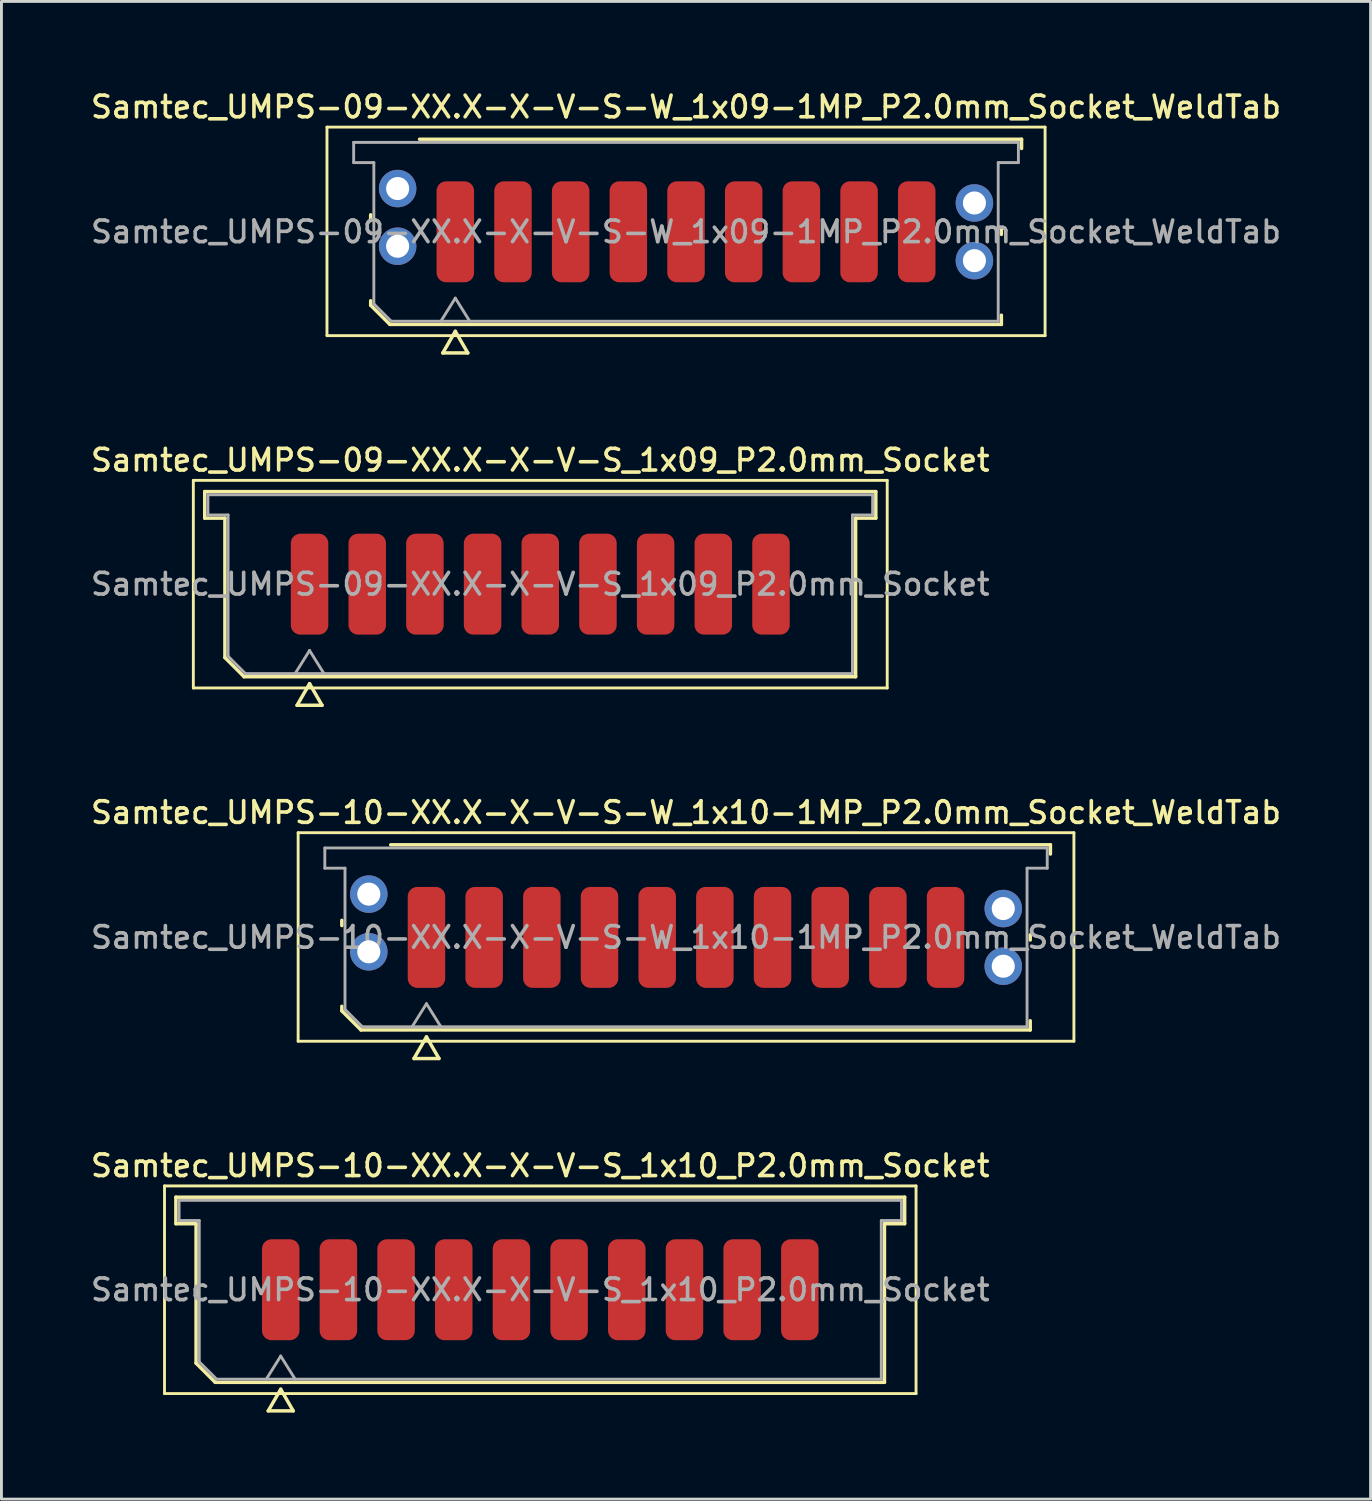
<source format=kicad_pcb>
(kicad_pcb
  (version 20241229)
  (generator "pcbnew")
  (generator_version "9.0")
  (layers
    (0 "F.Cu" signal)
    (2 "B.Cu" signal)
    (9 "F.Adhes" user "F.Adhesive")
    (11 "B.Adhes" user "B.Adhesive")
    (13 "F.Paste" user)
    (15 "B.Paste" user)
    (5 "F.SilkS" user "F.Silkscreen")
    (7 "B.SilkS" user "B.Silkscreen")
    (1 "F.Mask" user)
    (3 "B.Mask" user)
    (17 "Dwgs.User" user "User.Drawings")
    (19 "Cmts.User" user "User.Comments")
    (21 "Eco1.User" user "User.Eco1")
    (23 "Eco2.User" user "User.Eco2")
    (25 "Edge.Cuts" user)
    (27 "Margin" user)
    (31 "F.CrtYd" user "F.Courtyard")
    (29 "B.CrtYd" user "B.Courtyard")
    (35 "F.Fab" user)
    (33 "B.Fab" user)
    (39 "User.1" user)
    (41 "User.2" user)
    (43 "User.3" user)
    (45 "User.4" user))
  (footprint "Samtec_UMPS-09-XX.X-X-V-S_1x09_P2.0mm_Socket"
    (layer "F.Cu")
    (at 15.684 17.206)
    (property "Reference" "Samtec_UMPS-09-XX.X-X-V-S_1x09_P2.0mm_Socket" (at 0 -4.3 0) (layer "F.SilkS") (effects (font (size 0.75 0.75) (thickness 0.125))))
    (attr smd)
    (fp_line (start -12.03 -3.6) (end -12.03 3.6) (stroke (width 0.1) (type solid)) (layer "F.SilkS"))
    (fp_line (start -12.03 3.6) (end 12.03 3.6) (stroke (width 0.1) (type solid)) (layer "F.SilkS"))
    (fp_line (start -11.635 -3.21) (end 11.635 -3.21) (stroke (width 0.12) (type solid)) (layer "F.SilkS"))
    (fp_line (start -11.635 -2.29) (end -11.635 -3.21) (stroke (width 0.12) (type solid)) (layer "F.SilkS"))
    (fp_line (start -10.935 -2.29) (end -11.635 -2.29) (stroke (width 0.12) (type solid)) (layer "F.SilkS"))
    (fp_line (start -10.935 2.546) (end -10.935 -2.29) (stroke (width 0.12) (type solid)) (layer "F.SilkS"))
    (fp_line (start -10.271 3.21) (end -10.935 2.546) (stroke (width 0.12) (type solid)) (layer "F.SilkS"))
    (fp_line (start -8.433 4.2) (end -8 3.45) (stroke (width 0.12) (type solid)) (layer "F.SilkS"))
    (fp_line (start -8 3.45) (end -7.567 4.2) (stroke (width 0.12) (type solid)) (layer "F.SilkS"))
    (fp_line (start -7.567 4.2) (end -8.433 4.2) (stroke (width 0.12) (type solid)) (layer "F.SilkS"))
    (fp_line (start 10.935 -2.29) (end 10.935 3.21) (stroke (width 0.12) (type solid)) (layer "F.SilkS"))
    (fp_line (start 10.935 3.21) (end -10.271 3.21) (stroke (width 0.12) (type solid)) (layer "F.SilkS"))
    (fp_line (start 11.635 -3.21) (end 11.635 -2.29) (stroke (width 0.12) (type solid)) (layer "F.SilkS"))
    (fp_line (start 11.635 -2.29) (end 10.935 -2.29) (stroke (width 0.12) (type solid)) (layer "F.SilkS"))
    (fp_line (start 12.03 -3.6) (end -12.03 -3.6) (stroke (width 0.1) (type solid)) (layer "F.SilkS"))
    (fp_line (start 12.03 3.6) (end 12.03 -3.6) (stroke (width 0.1) (type solid)) (layer "F.SilkS"))
    (fp_line (start -11.525 -3.1) (end 11.525 -3.1) (stroke (width 0.1) (type solid)) (layer "F.Fab"))
    (fp_line (start -11.525 -2.4) (end -11.525 -3.1) (stroke (width 0.1) (type solid)) (layer "F.Fab"))
    (fp_line (start -10.825 -2.4) (end -11.525 -2.4) (stroke (width 0.1) (type solid)) (layer "F.Fab"))
    (fp_line (start -10.825 2.5) (end -10.825 -2.4) (stroke (width 0.1) (type solid)) (layer "F.Fab"))
    (fp_line (start -10.225 3.1) (end -10.825 2.5) (stroke (width 0.1) (type solid)) (layer "F.Fab"))
    (fp_line (start -8.5 3.1) (end -8 2.3) (stroke (width 0.1) (type solid)) (layer "F.Fab"))
    (fp_line (start -8 2.3) (end -7.5 3.1) (stroke (width 0.1) (type solid)) (layer "F.Fab"))
    (fp_line (start 10.825 -2.4) (end 10.825 3.1) (stroke (width 0.1) (type solid)) (layer "F.Fab"))
    (fp_line (start 10.825 3.1) (end -10.225 3.1) (stroke (width 0.1) (type solid)) (layer "F.Fab"))
    (fp_line (start 11.525 -3.1) (end 11.525 -2.4) (stroke (width 0.1) (type solid)) (layer "F.Fab"))
    (fp_line (start 11.525 -2.4) (end 10.825 -2.4) (stroke (width 0.1) (type solid)) (layer "F.Fab"))
    (fp_text user "${REFERENCE}" (at 0 0 0) (layer "F.Fab") (effects (font (size 0.75 0.75) (thickness 0.125))))
    (pad "1" smd roundrect (at -8 0) (size 1.3 3.5) (layers "F.Cu" "F.Mask" "F.Paste") (roundrect_rratio 0.25))
    (pad "2" smd roundrect (at -6 0) (size 1.3 3.5) (layers "F.Cu" "F.Mask" "F.Paste") (roundrect_rratio 0.25))
    (pad "3" smd roundrect (at -4 0) (size 1.3 3.5) (layers "F.Cu" "F.Mask" "F.Paste") (roundrect_rratio 0.25))
    (pad "4" smd roundrect (at -2 0) (size 1.3 3.5) (layers "F.Cu" "F.Mask" "F.Paste") (roundrect_rratio 0.25))
    (pad "5" smd roundrect (at 0 0) (size 1.3 3.5) (layers "F.Cu" "F.Mask" "F.Paste") (roundrect_rratio 0.25))
    (pad "6" smd roundrect (at 2 0) (size 1.3 3.5) (layers "F.Cu" "F.Mask" "F.Paste") (roundrect_rratio 0.25))
    (pad "7" smd roundrect (at 4 0) (size 1.3 3.5) (layers "F.Cu" "F.Mask" "F.Paste") (roundrect_rratio 0.25))
    (pad "8" smd roundrect (at 6 0) (size 1.3 3.5) (layers "F.Cu" "F.Mask" "F.Paste") (roundrect_rratio 0.25))
    (pad "9" smd roundrect (at 8 0) (size 1.3 3.5) (layers "F.Cu" "F.Mask" "F.Paste") (roundrect_rratio 0.25)))
  (footprint "Samtec_UMPS-10-XX.X-X-V-S-W_1x10-1MP_P2.0mm_Socket_WeldTab"
    (layer "F.Cu")
    (at 20.738 29.454)
    (property "Reference" "Samtec_UMPS-10-XX.X-X-V-S-W_1x10-1MP_P2.0mm_Socket_WeldTab" (at 0 -4.33 0) (layer "F.SilkS") (effects (font (size 0.75 0.75) (thickness 0.125))))
    (attr smd)
    (fp_line (start -13.45 -3.63) (end -13.45 3.6) (stroke (width 0.1) (type solid)) (layer "F.SilkS"))
    (fp_line (start -13.45 3.6) (end 13.45 3.6) (stroke (width 0.1) (type solid)) (layer "F.SilkS"))
    (fp_line (start -11.935 -0.41) (end -11.935 -0.59) (stroke (width 0.12) (type solid)) (layer "F.SilkS"))
    (fp_line (start -11.935 2.546) (end -11.935 2.39) (stroke (width 0.12) (type solid)) (layer "F.SilkS"))
    (fp_line (start -11.271 3.21) (end -11.935 2.546) (stroke (width 0.12) (type solid)) (layer "F.SilkS"))
    (fp_line (start -10.24 -3.21) (end 12.635 -3.21) (stroke (width 0.12) (type solid)) (layer "F.SilkS"))
    (fp_line (start -9.433 4.2) (end -9 3.45) (stroke (width 0.12) (type solid)) (layer "F.SilkS"))
    (fp_line (start -9 3.45) (end -8.567 4.2) (stroke (width 0.12) (type solid)) (layer "F.SilkS"))
    (fp_line (start -8.567 4.2) (end -9.433 4.2) (stroke (width 0.12) (type solid)) (layer "F.SilkS"))
    (fp_line (start 11.935 -0.09) (end 11.935 0.09) (stroke (width 0.12) (type solid)) (layer "F.SilkS"))
    (fp_line (start 11.935 2.89) (end 11.935 3.21) (stroke (width 0.12) (type solid)) (layer "F.SilkS"))
    (fp_line (start 11.935 3.21) (end -11.271 3.21) (stroke (width 0.12) (type solid)) (layer "F.SilkS"))
    (fp_line (start 12.635 -3.21) (end 12.635 -2.89) (stroke (width 0.12) (type solid)) (layer "F.SilkS"))
    (fp_line (start 13.45 -3.63) (end -13.45 -3.63) (stroke (width 0.1) (type solid)) (layer "F.SilkS"))
    (fp_line (start 13.45 3.6) (end 13.45 -3.63) (stroke (width 0.1) (type solid)) (layer "F.SilkS"))
    (fp_line (start -12.525 -3.1) (end 12.525 -3.1) (stroke (width 0.1) (type solid)) (layer "F.Fab"))
    (fp_line (start -12.525 -2.4) (end -12.525 -3.1) (stroke (width 0.1) (type solid)) (layer "F.Fab"))
    (fp_line (start -11.825 -2.4) (end -12.525 -2.4) (stroke (width 0.1) (type solid)) (layer "F.Fab"))
    (fp_line (start -11.825 2.5) (end -11.825 -2.4) (stroke (width 0.1) (type solid)) (layer "F.Fab"))
    (fp_line (start -11.225 3.1) (end -11.825 2.5) (stroke (width 0.1) (type solid)) (layer "F.Fab"))
    (fp_line (start -9.5 3.1) (end -9 2.3) (stroke (width 0.1) (type solid)) (layer "F.Fab"))
    (fp_line (start -9 2.3) (end -8.5 3.1) (stroke (width 0.1) (type solid)) (layer "F.Fab"))
    (fp_line (start 11.825 -2.4) (end 11.825 3.1) (stroke (width 0.1) (type solid)) (layer "F.Fab"))
    (fp_line (start 11.825 3.1) (end -11.225 3.1) (stroke (width 0.1) (type solid)) (layer "F.Fab"))
    (fp_line (start 12.525 -3.1) (end 12.525 -2.4) (stroke (width 0.1) (type solid)) (layer "F.Fab"))
    (fp_line (start 12.525 -2.4) (end 11.825 -2.4) (stroke (width 0.1) (type solid)) (layer "F.Fab"))
    (fp_text user "${REFERENCE}" (at 0 0 0) (layer "F.Fab") (effects (font (size 0.75 0.75) (thickness 0.125))))
    (pad "" smd rect (at -11.725 -1.99) (size 2.45 2.28) (layers "F.Paste"))
    (pad "" smd rect (at -11.725 0.99) (size 2.45 2.28) (layers "F.Paste"))
    (pad "" smd rect (at 11.725 -1.49) (size 2.45 2.28) (layers "F.Paste"))
    (pad "" smd rect (at 11.725 1.49) (size 2.45 2.28) (layers "F.Paste"))
    (pad "1" smd roundrect (at -9 0) (size 1.3 3.5) (layers "F.Cu" "F.Mask" "F.Paste") (roundrect_rratio 0.25))
    (pad "2" smd roundrect (at -7 0) (size 1.3 3.5) (layers "F.Cu" "F.Mask" "F.Paste") (roundrect_rratio 0.25))
    (pad "3" smd roundrect (at -5 0) (size 1.3 3.5) (layers "F.Cu" "F.Mask" "F.Paste") (roundrect_rratio 0.25))
    (pad "4" smd roundrect (at -3 0) (size 1.3 3.5) (layers "F.Cu" "F.Mask" "F.Paste") (roundrect_rratio 0.25))
    (pad "5" smd roundrect (at -1 0) (size 1.3 3.5) (layers "F.Cu" "F.Mask" "F.Paste") (roundrect_rratio 0.25))
    (pad "6" smd roundrect (at 1 0) (size 1.3 3.5) (layers "F.Cu" "F.Mask" "F.Paste") (roundrect_rratio 0.25))
    (pad "7" smd roundrect (at 3 0) (size 1.3 3.5) (layers "F.Cu" "F.Mask" "F.Paste") (roundrect_rratio 0.25))
    (pad "8" smd roundrect (at 5 0) (size 1.3 3.5) (layers "F.Cu" "F.Mask" "F.Paste") (roundrect_rratio 0.25))
    (pad "9" smd roundrect (at 7 0) (size 1.3 3.5) (layers "F.Cu" "F.Mask" "F.Paste") (roundrect_rratio 0.25))
    (pad "10" smd roundrect (at 9 0) (size 1.3 3.5) (layers "F.Cu" "F.Mask" "F.Paste") (roundrect_rratio 0.25))
    (pad "MP" thru_hole circle (at -11 -1.5) (size 1.3 1.3) (drill 0.8) (layers "*.Cu" "*.Mask"))
    (pad "MP" thru_hole circle (at -11 0.5) (size 1.3 1.3) (drill 0.8) (layers "*.Cu" "*.Mask"))
    (pad "MP" thru_hole circle (at 11 -1) (size 1.3 1.3) (drill 0.8) (layers "*.Cu" "*.Mask"))
    (pad "MP" thru_hole circle (at 11 1) (size 1.3 1.3) (drill 0.8) (layers "*.Cu" "*.Mask")))
  (footprint "Samtec_UMPS-09-XX.X-X-V-S-W_1x09-1MP_P2.0mm_Socket_WeldTab"
    (layer "F.Cu")
    (at 20.738 4.988)
    (property "Reference" "Samtec_UMPS-09-XX.X-X-V-S-W_1x09-1MP_P2.0mm_Socket_WeldTab" (at 0 -4.33 0) (layer "F.SilkS") (effects (font (size 0.75 0.75) (thickness 0.125))))
    (attr smd)
    (fp_line (start -12.45 -3.63) (end -12.45 3.6) (stroke (width 0.1) (type solid)) (layer "F.SilkS"))
    (fp_line (start -12.45 3.6) (end 12.45 3.6) (stroke (width 0.1) (type solid)) (layer "F.SilkS"))
    (fp_line (start -10.935 -0.41) (end -10.935 -0.59) (stroke (width 0.12) (type solid)) (layer "F.SilkS"))
    (fp_line (start -10.935 2.546) (end -10.935 2.39) (stroke (width 0.12) (type solid)) (layer "F.SilkS"))
    (fp_line (start -10.271 3.21) (end -10.935 2.546) (stroke (width 0.12) (type solid)) (layer "F.SilkS"))
    (fp_line (start -9.24 -3.21) (end 11.635 -3.21) (stroke (width 0.12) (type solid)) (layer "F.SilkS"))
    (fp_line (start -8.433 4.2) (end -8 3.45) (stroke (width 0.12) (type solid)) (layer "F.SilkS"))
    (fp_line (start -8 3.45) (end -7.567 4.2) (stroke (width 0.12) (type solid)) (layer "F.SilkS"))
    (fp_line (start -7.567 4.2) (end -8.433 4.2) (stroke (width 0.12) (type solid)) (layer "F.SilkS"))
    (fp_line (start 10.935 -0.09) (end 10.935 0.09) (stroke (width 0.12) (type solid)) (layer "F.SilkS"))
    (fp_line (start 10.935 2.89) (end 10.935 3.21) (stroke (width 0.12) (type solid)) (layer "F.SilkS"))
    (fp_line (start 10.935 3.21) (end -10.271 3.21) (stroke (width 0.12) (type solid)) (layer "F.SilkS"))
    (fp_line (start 11.635 -3.21) (end 11.635 -2.89) (stroke (width 0.12) (type solid)) (layer "F.SilkS"))
    (fp_line (start 12.45 -3.63) (end -12.45 -3.63) (stroke (width 0.1) (type solid)) (layer "F.SilkS"))
    (fp_line (start 12.45 3.6) (end 12.45 -3.63) (stroke (width 0.1) (type solid)) (layer "F.SilkS"))
    (fp_line (start -11.525 -3.1) (end 11.525 -3.1) (stroke (width 0.1) (type solid)) (layer "F.Fab"))
    (fp_line (start -11.525 -2.4) (end -11.525 -3.1) (stroke (width 0.1) (type solid)) (layer "F.Fab"))
    (fp_line (start -10.825 -2.4) (end -11.525 -2.4) (stroke (width 0.1) (type solid)) (layer "F.Fab"))
    (fp_line (start -10.825 2.5) (end -10.825 -2.4) (stroke (width 0.1) (type solid)) (layer "F.Fab"))
    (fp_line (start -10.225 3.1) (end -10.825 2.5) (stroke (width 0.1) (type solid)) (layer "F.Fab"))
    (fp_line (start -8.5 3.1) (end -8 2.3) (stroke (width 0.1) (type solid)) (layer "F.Fab"))
    (fp_line (start -8 2.3) (end -7.5 3.1) (stroke (width 0.1) (type solid)) (layer "F.Fab"))
    (fp_line (start 10.825 -2.4) (end 10.825 3.1) (stroke (width 0.1) (type solid)) (layer "F.Fab"))
    (fp_line (start 10.825 3.1) (end -10.225 3.1) (stroke (width 0.1) (type solid)) (layer "F.Fab"))
    (fp_line (start 11.525 -3.1) (end 11.525 -2.4) (stroke (width 0.1) (type solid)) (layer "F.Fab"))
    (fp_line (start 11.525 -2.4) (end 10.825 -2.4) (stroke (width 0.1) (type solid)) (layer "F.Fab"))
    (fp_text user "${REFERENCE}" (at 0 0 0) (layer "F.Fab") (effects (font (size 0.75 0.75) (thickness 0.125))))
    (pad "" smd rect (at -10.725 -1.99) (size 2.45 2.28) (layers "F.Paste"))
    (pad "" smd rect (at -10.725 0.99) (size 2.45 2.28) (layers "F.Paste"))
    (pad "" smd rect (at 10.725 -1.49) (size 2.45 2.28) (layers "F.Paste"))
    (pad "" smd rect (at 10.725 1.49) (size 2.45 2.28) (layers "F.Paste"))
    (pad "1" smd roundrect (at -8 0) (size 1.3 3.5) (layers "F.Cu" "F.Mask" "F.Paste") (roundrect_rratio 0.25))
    (pad "2" smd roundrect (at -6 0) (size 1.3 3.5) (layers "F.Cu" "F.Mask" "F.Paste") (roundrect_rratio 0.25))
    (pad "3" smd roundrect (at -4 0) (size 1.3 3.5) (layers "F.Cu" "F.Mask" "F.Paste") (roundrect_rratio 0.25))
    (pad "4" smd roundrect (at -2 0) (size 1.3 3.5) (layers "F.Cu" "F.Mask" "F.Paste") (roundrect_rratio 0.25))
    (pad "5" smd roundrect (at 0 0) (size 1.3 3.5) (layers "F.Cu" "F.Mask" "F.Paste") (roundrect_rratio 0.25))
    (pad "6" smd roundrect (at 2 0) (size 1.3 3.5) (layers "F.Cu" "F.Mask" "F.Paste") (roundrect_rratio 0.25))
    (pad "7" smd roundrect (at 4 0) (size 1.3 3.5) (layers "F.Cu" "F.Mask" "F.Paste") (roundrect_rratio 0.25))
    (pad "8" smd roundrect (at 6 0) (size 1.3 3.5) (layers "F.Cu" "F.Mask" "F.Paste") (roundrect_rratio 0.25))
    (pad "9" smd roundrect (at 8 0) (size 1.3 3.5) (layers "F.Cu" "F.Mask" "F.Paste") (roundrect_rratio 0.25))
    (pad "MP" thru_hole circle (at -10 -1.5) (size 1.3 1.3) (drill 0.8) (layers "*.Cu" "*.Mask"))
    (pad "MP" thru_hole circle (at -10 0.5) (size 1.3 1.3) (drill 0.8) (layers "*.Cu" "*.Mask"))
    (pad "MP" thru_hole circle (at 10 -1) (size 1.3 1.3) (drill 0.8) (layers "*.Cu" "*.Mask"))
    (pad "MP" thru_hole circle (at 10 1) (size 1.3 1.3) (drill 0.8) (layers "*.Cu" "*.Mask")))
  (footprint "Samtec_UMPS-10-XX.X-X-V-S_1x10_P2.0mm_Socket"
    (layer "F.Cu")
    (at 15.684 41.672)
    (property "Reference" "Samtec_UMPS-10-XX.X-X-V-S_1x10_P2.0mm_Socket" (at 0 -4.3 0) (layer "F.SilkS") (effects (font (size 0.75 0.75) (thickness 0.125))))
    (attr smd)
    (fp_line (start -13.03 -3.6) (end -13.03 3.6) (stroke (width 0.1) (type solid)) (layer "F.SilkS"))
    (fp_line (start -13.03 3.6) (end 13.03 3.6) (stroke (width 0.1) (type solid)) (layer "F.SilkS"))
    (fp_line (start -12.635 -3.21) (end 12.635 -3.21) (stroke (width 0.12) (type solid)) (layer "F.SilkS"))
    (fp_line (start -12.635 -2.29) (end -12.635 -3.21) (stroke (width 0.12) (type solid)) (layer "F.SilkS"))
    (fp_line (start -11.935 -2.29) (end -12.635 -2.29) (stroke (width 0.12) (type solid)) (layer "F.SilkS"))
    (fp_line (start -11.935 2.546) (end -11.935 -2.29) (stroke (width 0.12) (type solid)) (layer "F.SilkS"))
    (fp_line (start -11.271 3.21) (end -11.935 2.546) (stroke (width 0.12) (type solid)) (layer "F.SilkS"))
    (fp_line (start -9.433 4.2) (end -9 3.45) (stroke (width 0.12) (type solid)) (layer "F.SilkS"))
    (fp_line (start -9 3.45) (end -8.567 4.2) (stroke (width 0.12) (type solid)) (layer "F.SilkS"))
    (fp_line (start -8.567 4.2) (end -9.433 4.2) (stroke (width 0.12) (type solid)) (layer "F.SilkS"))
    (fp_line (start 11.935 -2.29) (end 11.935 3.21) (stroke (width 0.12) (type solid)) (layer "F.SilkS"))
    (fp_line (start 11.935 3.21) (end -11.271 3.21) (stroke (width 0.12) (type solid)) (layer "F.SilkS"))
    (fp_line (start 12.635 -3.21) (end 12.635 -2.29) (stroke (width 0.12) (type solid)) (layer "F.SilkS"))
    (fp_line (start 12.635 -2.29) (end 11.935 -2.29) (stroke (width 0.12) (type solid)) (layer "F.SilkS"))
    (fp_line (start 13.03 -3.6) (end -13.03 -3.6) (stroke (width 0.1) (type solid)) (layer "F.SilkS"))
    (fp_line (start 13.03 3.6) (end 13.03 -3.6) (stroke (width 0.1) (type solid)) (layer "F.SilkS"))
    (fp_line (start -12.525 -3.1) (end 12.525 -3.1) (stroke (width 0.1) (type solid)) (layer "F.Fab"))
    (fp_line (start -12.525 -2.4) (end -12.525 -3.1) (stroke (width 0.1) (type solid)) (layer "F.Fab"))
    (fp_line (start -11.825 -2.4) (end -12.525 -2.4) (stroke (width 0.1) (type solid)) (layer "F.Fab"))
    (fp_line (start -11.825 2.5) (end -11.825 -2.4) (stroke (width 0.1) (type solid)) (layer "F.Fab"))
    (fp_line (start -11.225 3.1) (end -11.825 2.5) (stroke (width 0.1) (type solid)) (layer "F.Fab"))
    (fp_line (start -9.5 3.1) (end -9 2.3) (stroke (width 0.1) (type solid)) (layer "F.Fab"))
    (fp_line (start -9 2.3) (end -8.5 3.1) (stroke (width 0.1) (type solid)) (layer "F.Fab"))
    (fp_line (start 11.825 -2.4) (end 11.825 3.1) (stroke (width 0.1) (type solid)) (layer "F.Fab"))
    (fp_line (start 11.825 3.1) (end -11.225 3.1) (stroke (width 0.1) (type solid)) (layer "F.Fab"))
    (fp_line (start 12.525 -3.1) (end 12.525 -2.4) (stroke (width 0.1) (type solid)) (layer "F.Fab"))
    (fp_line (start 12.525 -2.4) (end 11.825 -2.4) (stroke (width 0.1) (type solid)) (layer "F.Fab"))
    (fp_text user "${REFERENCE}" (at 0 0 0) (layer "F.Fab") (effects (font (size 0.75 0.75) (thickness 0.125))))
    (pad "1" smd roundrect (at -9 0) (size 1.3 3.5) (layers "F.Cu" "F.Mask" "F.Paste") (roundrect_rratio 0.25))
    (pad "2" smd roundrect (at -7 0) (size 1.3 3.5) (layers "F.Cu" "F.Mask" "F.Paste") (roundrect_rratio 0.25))
    (pad "3" smd roundrect (at -5 0) (size 1.3 3.5) (layers "F.Cu" "F.Mask" "F.Paste") (roundrect_rratio 0.25))
    (pad "4" smd roundrect (at -3 0) (size 1.3 3.5) (layers "F.Cu" "F.Mask" "F.Paste") (roundrect_rratio 0.25))
    (pad "5" smd roundrect (at -1 0) (size 1.3 3.5) (layers "F.Cu" "F.Mask" "F.Paste") (roundrect_rratio 0.25))
    (pad "6" smd roundrect (at 1 0) (size 1.3 3.5) (layers "F.Cu" "F.Mask" "F.Paste") (roundrect_rratio 0.25))
    (pad "7" smd roundrect (at 3 0) (size 1.3 3.5) (layers "F.Cu" "F.Mask" "F.Paste") (roundrect_rratio 0.25))
    (pad "8" smd roundrect (at 5 0) (size 1.3 3.5) (layers "F.Cu" "F.Mask" "F.Paste") (roundrect_rratio 0.25))
    (pad "9" smd roundrect (at 7 0) (size 1.3 3.5) (layers "F.Cu" "F.Mask" "F.Paste") (roundrect_rratio 0.25))
    (pad "10" smd roundrect (at 9 0) (size 1.3 3.5) (layers "F.Cu" "F.Mask" "F.Paste") (roundrect_rratio 0.25)))
  (gr_rect
    (start -3 -3)
    (end 44.475 48.932)
    (stroke (width 0.1) (type default))
    (fill no)
    (layer "Edge.Cuts")))
</source>
